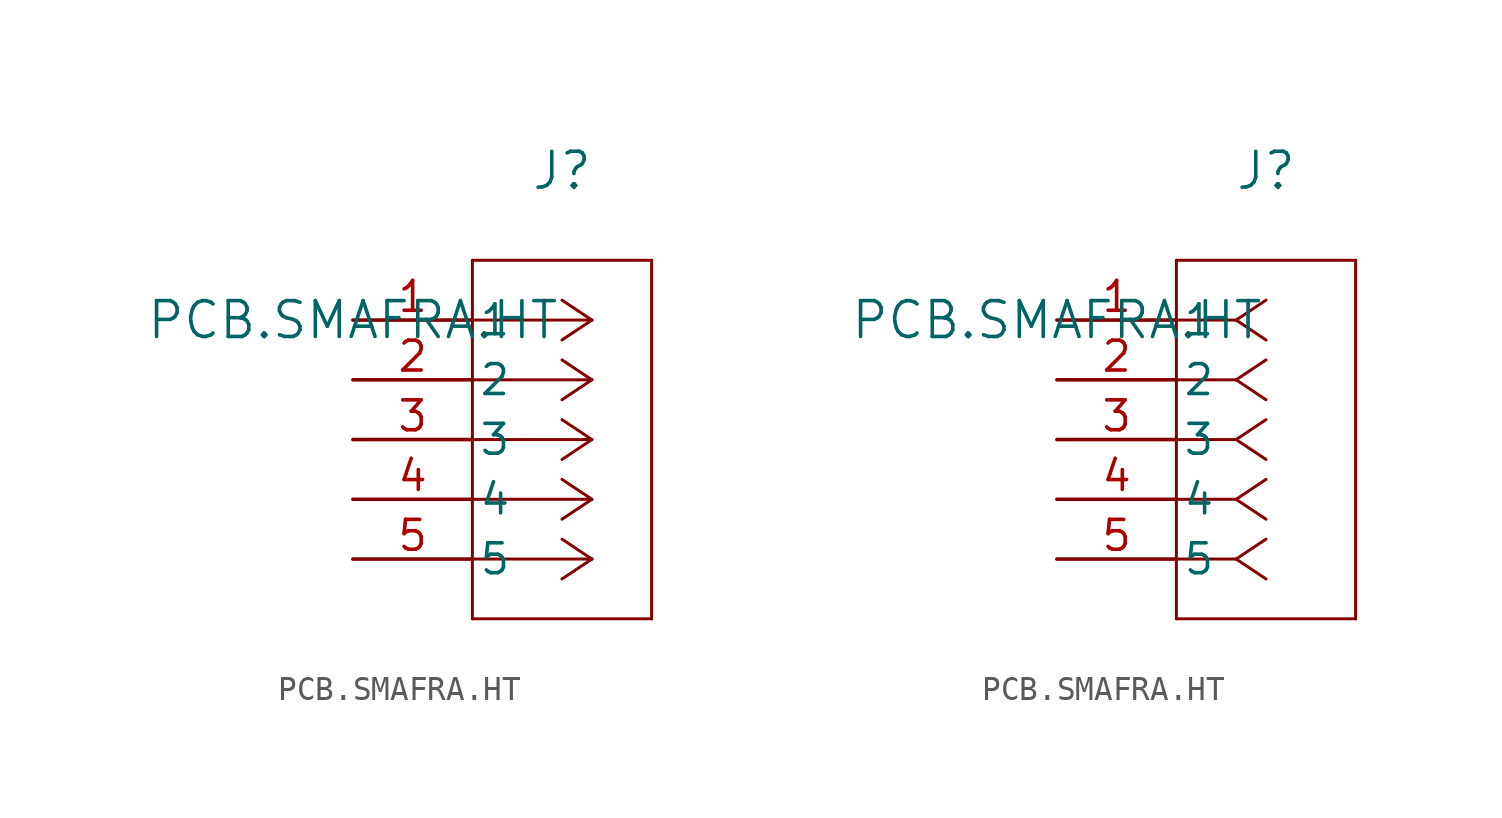
<source format=kicad_sym>
(kicad_symbol_lib
  (version 20211014)
  (generator kicad_symbol_editor)
  (symbol "PCB.SMAFRA.HT"
    (pin_names
      (offset 0.254))
    (property "Reference" "J"
      (at 8.89 6.35 0)
      (effects (font (size 1.524 1.524))))
    (property "Value" "PCB.SMAFRA.HT"
      (at 0 0 0)
      (effects (font (size 1.524 1.524))))
    (symbol "PCB.SMAFRA.HT_1_1"
      (polyline (pts (xy 10.16 0) (xy 5.08 0)) (stroke (width 0.127) (type default) (color 0 0 0 0)) (fill (type none)))
      (polyline (pts (xy 10.16 -2.54) (xy 5.08 -2.54)) (stroke (width 0.127) (type default) (color 0 0 0 0)) (fill (type none)))
      (polyline (pts (xy 10.16 -5.08) (xy 5.08 -5.08)) (stroke (width 0.127) (type default) (color 0 0 0 0)) (fill (type none)))
      (polyline (pts (xy 10.16 -7.62) (xy 5.08 -7.62)) (stroke (width 0.127) (type default) (color 0 0 0 0)) (fill (type none)))
      (polyline (pts (xy 10.16 -10.16) (xy 5.08 -10.16)) (stroke (width 0.127) (type default) (color 0 0 0 0)) (fill (type none)))
      (polyline (pts (xy 10.16 0) (xy 8.89 0.847)) (stroke (width 0.127) (type default) (color 0 0 0 0)) (fill (type none)))
      (polyline (pts (xy 10.16 -2.54) (xy 8.89 -1.693)) (stroke (width 0.127) (type default) (color 0 0 0 0)) (fill (type none)))
      (polyline (pts (xy 10.16 -5.08) (xy 8.89 -4.233)) (stroke (width 0.127) (type default) (color 0 0 0 0)) (fill (type none)))
      (polyline (pts (xy 10.16 -7.62) (xy 8.89 -6.773)) (stroke (width 0.127) (type default) (color 0 0 0 0)) (fill (type none)))
      (polyline (pts (xy 10.16 -10.16) (xy 8.89 -9.313)) (stroke (width 0.127) (type default) (color 0 0 0 0)) (fill (type none)))
      (polyline (pts (xy 10.16 0) (xy 8.89 -0.847)) (stroke (width 0.127) (type default) (color 0 0 0 0)) (fill (type none)))
      (polyline (pts (xy 10.16 -2.54) (xy 8.89 -3.387)) (stroke (width 0.127) (type default) (color 0 0 0 0)) (fill (type none)))
      (polyline (pts (xy 10.16 -5.08) (xy 8.89 -5.927)) (stroke (width 0.127) (type default) (color 0 0 0 0)) (fill (type none)))
      (polyline (pts (xy 10.16 -7.62) (xy 8.89 -8.467)) (stroke (width 0.127) (type default) (color 0 0 0 0)) (fill (type none)))
      (polyline (pts (xy 10.16 -10.16) (xy 8.89 -11.007)) (stroke (width 0.127) (type default) (color 0 0 0 0)) (fill (type none)))
      (polyline (pts (xy 5.08 2.54) (xy 5.08 -12.7)) (stroke (width 0.127) (type default) (color 0 0 0 0)) (fill (type none)))
      (polyline (pts (xy 5.08 -12.7) (xy 12.7 -12.7)) (stroke (width 0.127) (type default) (color 0 0 0 0)) (fill (type none)))
      (polyline (pts (xy 12.7 -12.7) (xy 12.7 2.54)) (stroke (width 0.127) (type default) (color 0 0 0 0)) (fill (type none)))
      (polyline (pts (xy 12.7 2.54) (xy 5.08 2.54)) (stroke (width 0.127) (type default) (color 0 0 0 0)) (fill (type none)))
      (pin unspecified line (at 0 0 0) (length 5.08) (name "1" (effects (font (size 1.27 1.27)))) (number "1" (effects (font (size 1.27 1.27)))))
      (pin unspecified line (at 0 -2.54 0) (length 5.08) (name "2" (effects (font (size 1.27 1.27)))) (number "2" (effects (font (size 1.27 1.27)))))
      (pin unspecified line (at 0 -5.08 0) (length 5.08) (name "3" (effects (font (size 1.27 1.27)))) (number "3" (effects (font (size 1.27 1.27)))))
      (pin unspecified line (at 0 -7.62 0) (length 5.08) (name "4" (effects (font (size 1.27 1.27)))) (number "4" (effects (font (size 1.27 1.27)))))
      (pin unspecified line (at 0 -10.16 0) (length 5.08) (name "5" (effects (font (size 1.27 1.27)))) (number "5" (effects (font (size 1.27 1.27))))))
    (symbol "PCB.SMAFRA.HT_1_2"
      (polyline (pts (xy 7.62 0) (xy 5.08 0)) (stroke (width 0.127) (type default) (color 0 0 0 0)) (fill (type none)))
      (polyline (pts (xy 7.62 -2.54) (xy 5.08 -2.54)) (stroke (width 0.127) (type default) (color 0 0 0 0)) (fill (type none)))
      (polyline (pts (xy 7.62 -5.08) (xy 5.08 -5.08)) (stroke (width 0.127) (type default) (color 0 0 0 0)) (fill (type none)))
      (polyline (pts (xy 7.62 -7.62) (xy 5.08 -7.62)) (stroke (width 0.127) (type default) (color 0 0 0 0)) (fill (type none)))
      (polyline (pts (xy 7.62 -10.16) (xy 5.08 -10.16)) (stroke (width 0.127) (type default) (color 0 0 0 0)) (fill (type none)))
      (polyline (pts (xy 7.62 0) (xy 8.89 0.847)) (stroke (width 0.127) (type default) (color 0 0 0 0)) (fill (type none)))
      (polyline (pts (xy 7.62 -2.54) (xy 8.89 -1.693)) (stroke (width 0.127) (type default) (color 0 0 0 0)) (fill (type none)))
      (polyline (pts (xy 7.62 -5.08) (xy 8.89 -4.233)) (stroke (width 0.127) (type default) (color 0 0 0 0)) (fill (type none)))
      (polyline (pts (xy 7.62 -7.62) (xy 8.89 -6.773)) (stroke (width 0.127) (type default) (color 0 0 0 0)) (fill (type none)))
      (polyline (pts (xy 7.62 -10.16) (xy 8.89 -9.313)) (stroke (width 0.127) (type default) (color 0 0 0 0)) (fill (type none)))
      (polyline (pts (xy 7.62 0) (xy 8.89 -0.847)) (stroke (width 0.127) (type default) (color 0 0 0 0)) (fill (type none)))
      (polyline (pts (xy 7.62 -2.54) (xy 8.89 -3.387)) (stroke (width 0.127) (type default) (color 0 0 0 0)) (fill (type none)))
      (polyline (pts (xy 7.62 -5.08) (xy 8.89 -5.927)) (stroke (width 0.127) (type default) (color 0 0 0 0)) (fill (type none)))
      (polyline (pts (xy 7.62 -7.62) (xy 8.89 -8.467)) (stroke (width 0.127) (type default) (color 0 0 0 0)) (fill (type none)))
      (polyline (pts (xy 7.62 -10.16) (xy 8.89 -11.007)) (stroke (width 0.127) (type default) (color 0 0 0 0)) (fill (type none)))
      (polyline (pts (xy 5.08 2.54) (xy 5.08 -12.7)) (stroke (width 0.127) (type default) (color 0 0 0 0)) (fill (type none)))
      (polyline (pts (xy 5.08 -12.7) (xy 12.7 -12.7)) (stroke (width 0.127) (type default) (color 0 0 0 0)) (fill (type none)))
      (polyline (pts (xy 12.7 -12.7) (xy 12.7 2.54)) (stroke (width 0.127) (type default) (color 0 0 0 0)) (fill (type none)))
      (polyline (pts (xy 12.7 2.54) (xy 5.08 2.54)) (stroke (width 0.127) (type default) (color 0 0 0 0)) (fill (type none)))
      (pin unspecified line (at 0 0 0) (length 5.08) (name "1" (effects (font (size 1.27 1.27)))) (number "1" (effects (font (size 1.27 1.27)))))
      (pin unspecified line (at 0 -2.54 0) (length 5.08) (name "2" (effects (font (size 1.27 1.27)))) (number "2" (effects (font (size 1.27 1.27)))))
      (pin unspecified line (at 0 -5.08 0) (length 5.08) (name "3" (effects (font (size 1.27 1.27)))) (number "3" (effects (font (size 1.27 1.27)))))
      (pin unspecified line (at 0 -7.62 0) (length 5.08) (name "4" (effects (font (size 1.27 1.27)))) (number "4" (effects (font (size 1.27 1.27)))))
      (pin unspecified line (at 0 -10.16 0) (length 5.08) (name "5" (effects (font (size 1.27 1.27)))) (number "5" (effects (font (size 1.27 1.27))))))))
</source>
